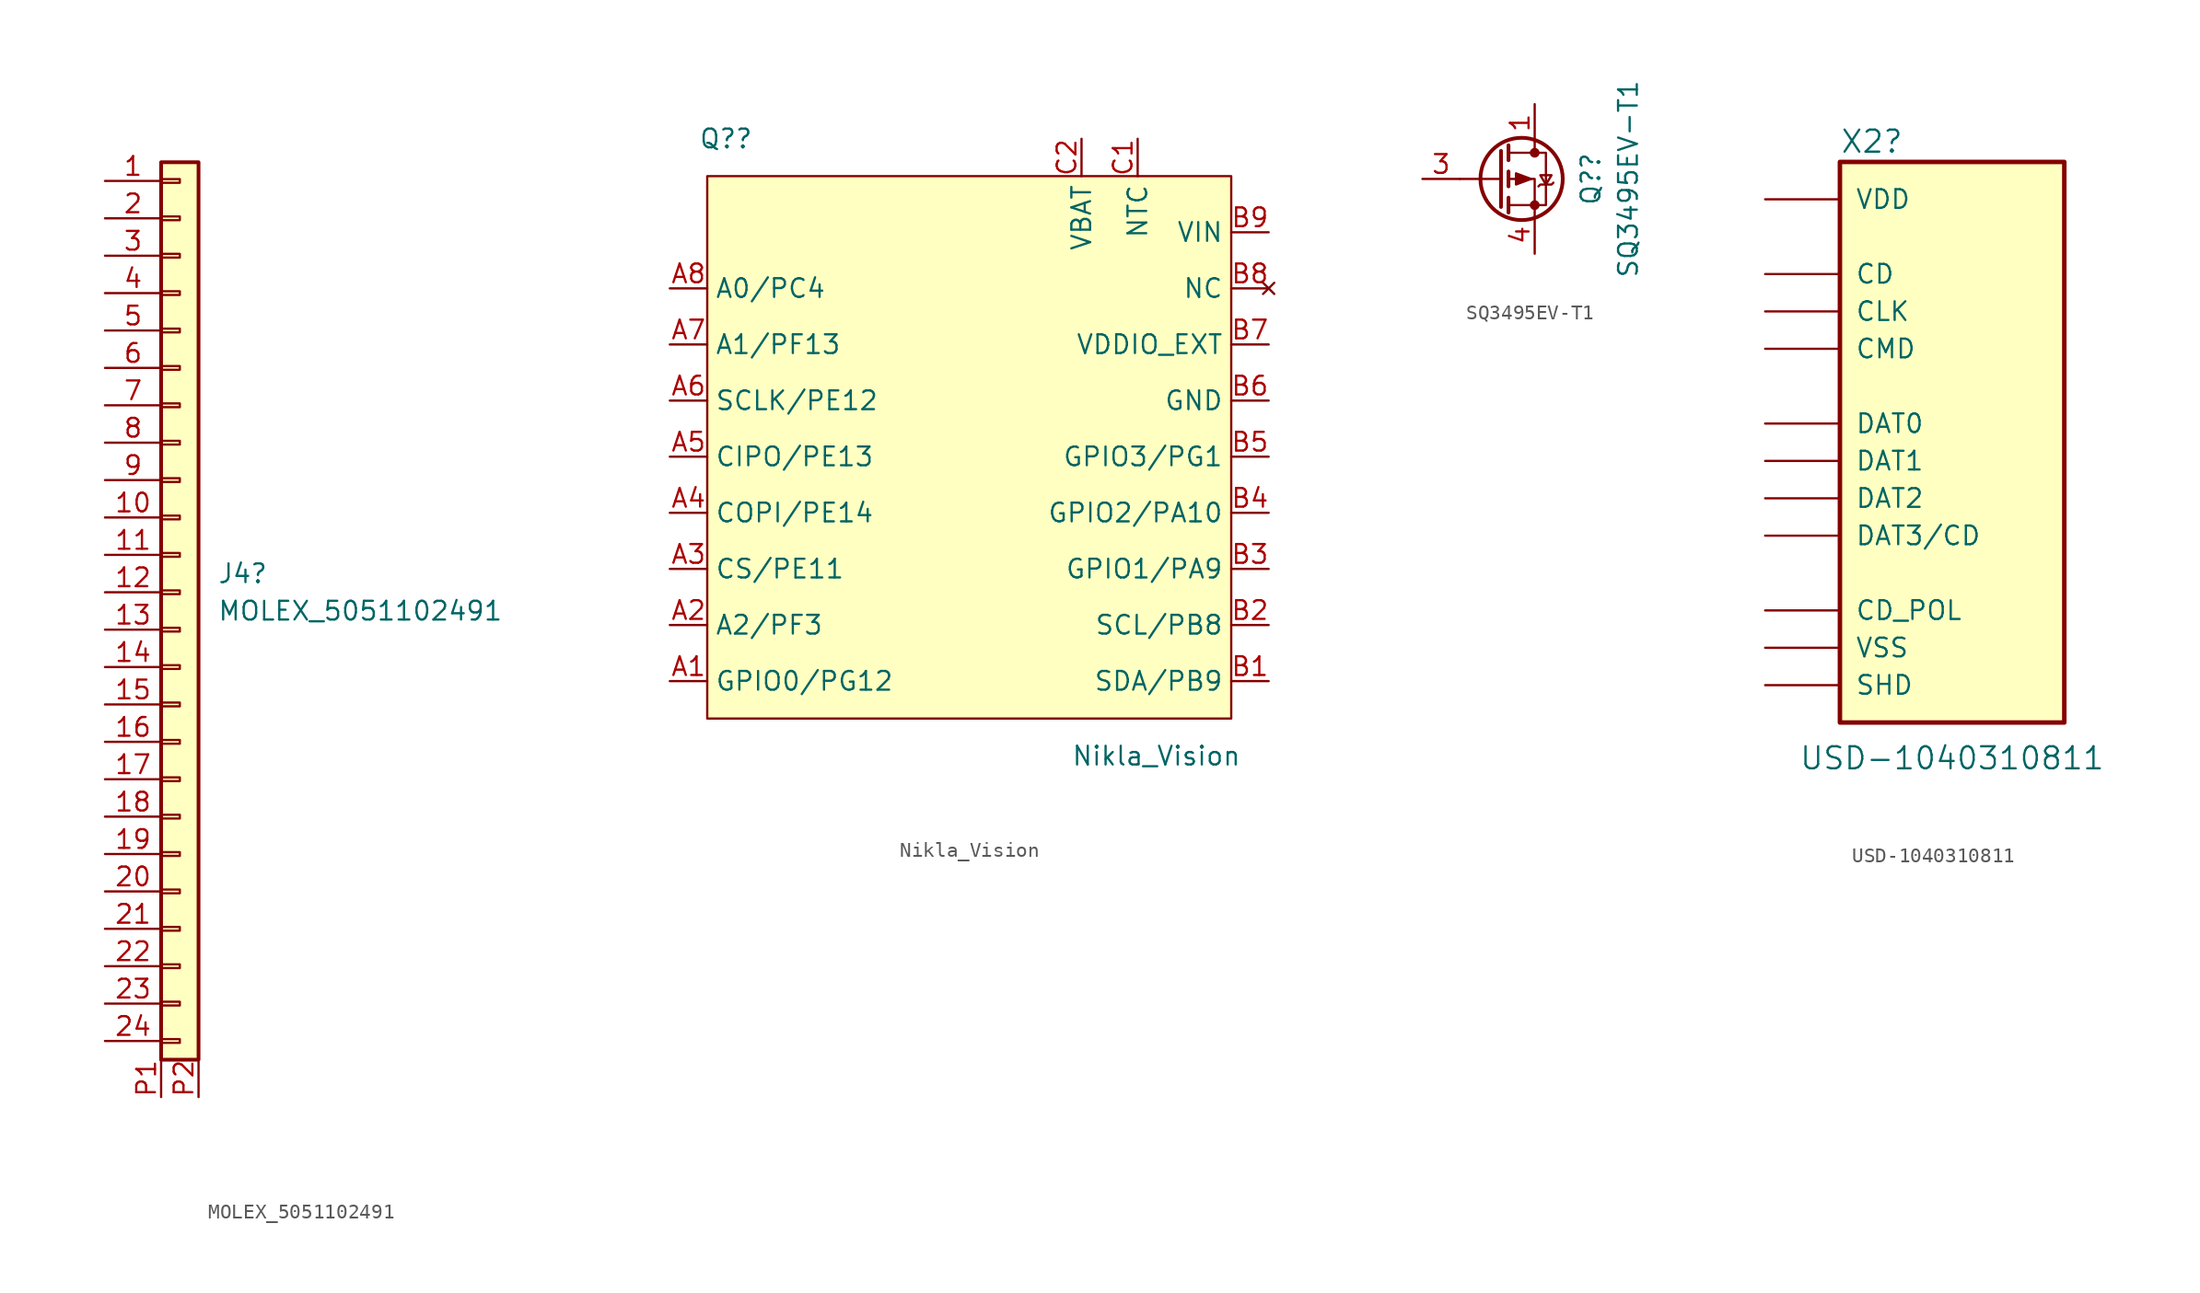
<source format=kicad_sym>
(kicad_symbol_lib
  (version 20220914)
  (generator kicad_symbol_editor)
  (symbol "MOLEX_5051102491"
    (pin_names
      (offset 1.016) hide)
    (property "Reference" "J4"
      (at 2.54 1.27 0)
      (effects (font (size 1.27 1.27)) (justify left)))
    (property "Value" "MOLEX_5051102491"
      (at 2.54 -1.27 0)
      (effects (font (size 1.27 1.27)) (justify left)))
    (symbol "MOLEX_5051102491_1_1"
      (rectangle (start -1.27 -30.353) (end 0 -30.607) (stroke (width 0.152) (type default)) (fill (type none)))
      (rectangle (start -1.27 -27.813) (end 0 -28.067) (stroke (width 0.152) (type default)) (fill (type none)))
      (rectangle (start -1.27 -25.273) (end 0 -25.527) (stroke (width 0.152) (type default)) (fill (type none)))
      (rectangle (start -1.27 -22.733) (end 0 -22.987) (stroke (width 0.152) (type default)) (fill (type none)))
      (rectangle (start -1.27 -20.193) (end 0 -20.447) (stroke (width 0.152) (type default)) (fill (type none)))
      (rectangle (start -1.27 -17.653) (end 0 -17.907) (stroke (width 0.152) (type default)) (fill (type none)))
      (rectangle (start -1.27 -15.113) (end 0 -15.367) (stroke (width 0.152) (type default)) (fill (type none)))
      (rectangle (start -1.27 -12.573) (end 0 -12.827) (stroke (width 0.152) (type default)) (fill (type none)))
      (rectangle (start -1.27 -10.033) (end 0 -10.287) (stroke (width 0.152) (type default)) (fill (type none)))
      (rectangle (start -1.27 -7.493) (end 0 -7.747) (stroke (width 0.152) (type default)) (fill (type none)))
      (rectangle (start -1.27 -4.953) (end 0 -5.207) (stroke (width 0.152) (type default)) (fill (type none)))
      (rectangle (start -1.27 -2.413) (end 0 -2.667) (stroke (width 0.152) (type default)) (fill (type none)))
      (rectangle (start -1.27 0.127) (end 0 -0.127) (stroke (width 0.152) (type default)) (fill (type none)))
      (rectangle (start -1.27 2.667) (end 0 2.413) (stroke (width 0.152) (type default)) (fill (type none)))
      (rectangle (start -1.27 5.207) (end 0 4.953) (stroke (width 0.152) (type default)) (fill (type none)))
      (rectangle (start -1.27 7.747) (end 0 7.493) (stroke (width 0.152) (type default)) (fill (type none)))
      (rectangle (start -1.27 10.287) (end 0 10.033) (stroke (width 0.152) (type default)) (fill (type none)))
      (rectangle (start -1.27 12.827) (end 0 12.573) (stroke (width 0.152) (type default)) (fill (type none)))
      (rectangle (start -1.27 15.367) (end 0 15.113) (stroke (width 0.152) (type default)) (fill (type none)))
      (rectangle (start -1.27 17.907) (end 0 17.653) (stroke (width 0.152) (type default)) (fill (type none)))
      (rectangle (start -1.27 20.447) (end 0 20.193) (stroke (width 0.152) (type default)) (fill (type none)))
      (rectangle (start -1.27 22.987) (end 0 22.733) (stroke (width 0.152) (type default)) (fill (type none)))
      (rectangle (start -1.27 25.527) (end 0 25.273) (stroke (width 0.152) (type default)) (fill (type none)))
      (rectangle (start -1.27 28.067) (end 0 27.813) (stroke (width 0.152) (type default)) (fill (type none)))
      (rectangle (start -1.27 29.21) (end 1.27 -31.75) (stroke (width 0.254) (type default)) (fill (type background)))
      (pin passive line (at -5.08 27.94 0) (length 3.81) (name "Pin_1" (effects (font (size 1.27 1.27)))) (number "1" (effects (font (size 1.27 1.27)))))
      (pin passive line (at -5.08 5.08 0) (length 3.81) (name "Pin_10" (effects (font (size 1.27 1.27)))) (number "10" (effects (font (size 1.27 1.27)))))
      (pin passive line (at -5.08 2.54 0) (length 3.81) (name "Pin_11" (effects (font (size 1.27 1.27)))) (number "11" (effects (font (size 1.27 1.27)))))
      (pin passive line (at -5.08 0 0) (length 3.81) (name "Pin_12" (effects (font (size 1.27 1.27)))) (number "12" (effects (font (size 1.27 1.27)))))
      (pin passive line (at -5.08 -2.54 0) (length 3.81) (name "Pin_13" (effects (font (size 1.27 1.27)))) (number "13" (effects (font (size 1.27 1.27)))))
      (pin passive line (at -5.08 -5.08 0) (length 3.81) (name "Pin_14" (effects (font (size 1.27 1.27)))) (number "14" (effects (font (size 1.27 1.27)))))
      (pin passive line (at -5.08 -7.62 0) (length 3.81) (name "Pin_15" (effects (font (size 1.27 1.27)))) (number "15" (effects (font (size 1.27 1.27)))))
      (pin passive line (at -5.08 -10.16 0) (length 3.81) (name "Pin_16" (effects (font (size 1.27 1.27)))) (number "16" (effects (font (size 1.27 1.27)))))
      (pin passive line (at -5.08 -12.7 0) (length 3.81) (name "Pin_17" (effects (font (size 1.27 1.27)))) (number "17" (effects (font (size 1.27 1.27)))))
      (pin passive line (at -5.08 -15.24 0) (length 3.81) (name "Pin_18" (effects (font (size 1.27 1.27)))) (number "18" (effects (font (size 1.27 1.27)))))
      (pin passive line (at -5.08 -17.78 0) (length 3.81) (name "Pin_19" (effects (font (size 1.27 1.27)))) (number "19" (effects (font (size 1.27 1.27)))))
      (pin passive line (at -5.08 25.4 0) (length 3.81) (name "Pin_2" (effects (font (size 1.27 1.27)))) (number "2" (effects (font (size 1.27 1.27)))))
      (pin passive line (at -5.08 -20.32 0) (length 3.81) (name "Pin_20" (effects (font (size 1.27 1.27)))) (number "20" (effects (font (size 1.27 1.27)))))
      (pin passive line (at -5.08 -22.86 0) (length 3.81) (name "Pin_21" (effects (font (size 1.27 1.27)))) (number "21" (effects (font (size 1.27 1.27)))))
      (pin passive line (at -5.08 -25.4 0) (length 3.81) (name "Pin_22" (effects (font (size 1.27 1.27)))) (number "22" (effects (font (size 1.27 1.27)))))
      (pin passive line (at -5.08 -27.94 0) (length 3.81) (name "Pin_23" (effects (font (size 1.27 1.27)))) (number "23" (effects (font (size 1.27 1.27)))))
      (pin passive line (at -5.08 -30.48 0) (length 3.81) (name "Pin_24" (effects (font (size 1.27 1.27)))) (number "24" (effects (font (size 1.27 1.27)))))
      (pin passive line (at -5.08 22.86 0) (length 3.81) (name "Pin_3" (effects (font (size 1.27 1.27)))) (number "3" (effects (font (size 1.27 1.27)))))
      (pin passive line (at -5.08 20.32 0) (length 3.81) (name "Pin_4" (effects (font (size 1.27 1.27)))) (number "4" (effects (font (size 1.27 1.27)))))
      (pin passive line (at -5.08 17.78 0) (length 3.81) (name "Pin_5" (effects (font (size 1.27 1.27)))) (number "5" (effects (font (size 1.27 1.27)))))
      (pin passive line (at -5.08 15.24 0) (length 3.81) (name "Pin_6" (effects (font (size 1.27 1.27)))) (number "6" (effects (font (size 1.27 1.27)))))
      (pin passive line (at -5.08 12.7 0) (length 3.81) (name "Pin_7" (effects (font (size 1.27 1.27)))) (number "7" (effects (font (size 1.27 1.27)))))
      (pin passive line (at -5.08 10.16 0) (length 3.81) (name "Pin_8" (effects (font (size 1.27 1.27)))) (number "8" (effects (font (size 1.27 1.27)))))
      (pin passive line (at -5.08 7.62 0) (length 3.81) (name "Pin_9" (effects (font (size 1.27 1.27)))) (number "9" (effects (font (size 1.27 1.27)))))
      (pin input line (at -1.27 -34.29 90) (length 2.54) (name "P1" (effects (font (size 1.27 1.27)))) (number "P1" (effects (font (size 1.27 1.27)))))
      (pin input line (at 1.27 -34.29 90) (length 2.54) (name "P2" (effects (font (size 1.27 1.27)))) (number "P2" (effects (font (size 1.27 1.27)))))))
  (symbol "Nikla_Vision"
    (property "Reference" "Q?"
      (at -16.51 21.59 0)
      (effects (font (size 1.27 1.27))))
    (property "Value" "Nikla_Vision"
      (at 12.7 -20.32 0)
      (effects (font (size 1.27 1.27))))
    (symbol "Nikla_Vision_0_1"
      (rectangle (start -17.78 19.05) (end 17.78 -17.78) (stroke (width 0.152) (type default)) (fill (type background))))
    (symbol "Nikla_Vision_1_1"
      (pin bidirectional line (at -20.32 -15.24 0) (length 2.54) (name "GPIO0/PG12" (effects (font (size 1.27 1.27)))) (number "A1" (effects (font (size 1.27 1.27)))))
      (pin bidirectional line (at -20.32 -11.43 0) (length 2.54) (name "A2/PF3" (effects (font (size 1.27 1.27)))) (number "A2" (effects (font (size 1.27 1.27)))))
      (pin bidirectional line (at -20.32 -7.62 0) (length 2.54) (name "CS/PE11" (effects (font (size 1.27 1.27)))) (number "A3" (effects (font (size 1.27 1.27)))))
      (pin bidirectional line (at -20.32 -3.81 0) (length 2.54) (name "COPI/PE14" (effects (font (size 1.27 1.27)))) (number "A4" (effects (font (size 1.27 1.27)))))
      (pin bidirectional line (at -20.32 0 0) (length 2.54) (name "CIPO/PE13" (effects (font (size 1.27 1.27)))) (number "A5" (effects (font (size 1.27 1.27)))))
      (pin bidirectional line (at -20.32 3.81 0) (length 2.54) (name "SCLK/PE12" (effects (font (size 1.27 1.27)))) (number "A6" (effects (font (size 1.27 1.27)))))
      (pin bidirectional line (at -20.32 7.62 0) (length 2.54) (name "A1/PF13" (effects (font (size 1.27 1.27)))) (number "A7" (effects (font (size 1.27 1.27)))))
      (pin bidirectional line (at -20.32 11.43 0) (length 2.54) (name "A0/PC4" (effects (font (size 1.27 1.27)))) (number "A8" (effects (font (size 1.27 1.27)))))
      (pin bidirectional line (at 20.32 -15.24 180) (length 2.54) (name "SDA/PB9" (effects (font (size 1.27 1.27)))) (number "B1" (effects (font (size 1.27 1.27)))))
      (pin bidirectional line (at 20.32 -11.43 180) (length 2.54) (name "SCL/PB8" (effects (font (size 1.27 1.27)))) (number "B2" (effects (font (size 1.27 1.27)))))
      (pin bidirectional line (at 20.32 -7.62 180) (length 2.54) (name "GPIO1/PA9" (effects (font (size 1.27 1.27)))) (number "B3" (effects (font (size 1.27 1.27)))))
      (pin bidirectional line (at 20.32 -3.81 180) (length 2.54) (name "GPIO2/PA10" (effects (font (size 1.27 1.27)))) (number "B4" (effects (font (size 1.27 1.27)))))
      (pin bidirectional line (at 20.32 0 180) (length 2.54) (name "GPIO3/PG1" (effects (font (size 1.27 1.27)))) (number "B5" (effects (font (size 1.27 1.27)))))
      (pin power_in line (at 20.32 3.81 180) (length 2.54) (name "GND" (effects (font (size 1.27 1.27)))) (number "B6" (effects (font (size 1.27 1.27)))))
      (pin power_in line (at 20.32 7.62 180) (length 2.54) (name "VDDIO_EXT" (effects (font (size 1.27 1.27)))) (number "B7" (effects (font (size 1.27 1.27)))))
      (pin no_connect line (at 20.32 11.43 180) (length 2.54) (name "NC" (effects (font (size 1.27 1.27)))) (number "B8" (effects (font (size 1.27 1.27)))))
      (pin power_in line (at 20.32 15.24 180) (length 2.54) (name "VIN" (effects (font (size 1.27 1.27)))) (number "B9" (effects (font (size 1.27 1.27)))))
      (pin bidirectional line (at 11.43 21.59 270) (length 2.54) (name "NTC" (effects (font (size 1.27 1.27)))) (number "C1" (effects (font (size 1.27 1.27)))))
      (pin power_in line (at 7.62 21.59 270) (length 2.54) (name "VBAT" (effects (font (size 1.27 1.27)))) (number "C2" (effects (font (size 1.27 1.27)))))))
  (symbol "SQ3495EV-T1"
    (pin_names hide)
    (property "Reference" "Q?"
      (at 6.35 0 90)
      (effects (font (size 1.27 1.27))))
    (property "Value" "SQ3495EV-T1"
      (at 8.89 0 90)
      (effects (font (size 1.27 1.27))))
    (symbol "SQ3495EV-T1_0_1"
      (polyline (pts (xy 0.254 0) (xy -2.54 0)) (stroke (width 0) (type default)) (fill (type none)))
      (polyline (pts (xy 0.254 1.905) (xy 0.254 -1.905)) (stroke (width 0.254) (type default)) (fill (type none)))
      (polyline (pts (xy 0.762 -1.27) (xy 0.762 -2.286)) (stroke (width 0.254) (type default)) (fill (type none)))
      (polyline (pts (xy 0.762 0.508) (xy 0.762 -0.508)) (stroke (width 0.254) (type default)) (fill (type none)))
      (polyline (pts (xy 0.762 2.286) (xy 0.762 1.27)) (stroke (width 0.254) (type default)) (fill (type none)))
      (polyline (pts (xy 2.54 2.54) (xy 2.54 1.778)) (stroke (width 0) (type default)) (fill (type none)))
      (polyline (pts (xy 2.54 -2.54) (xy 2.54 0) (xy 0.762 0)) (stroke (width 0) (type default)) (fill (type none)))
      (polyline (pts (xy 0.762 1.778) (xy 3.302 1.778) (xy 3.302 -1.778) (xy 0.762 -1.778)) (stroke (width 0) (type default)) (fill (type none)))
      (polyline (pts (xy 2.286 0) (xy 1.27 0.381) (xy 1.27 -0.381) (xy 2.286 0)) (stroke (width 0) (type default)) (fill (type outline)))
      (polyline (pts (xy 2.794 -0.508) (xy 2.921 -0.381) (xy 3.683 -0.381) (xy 3.81 -0.254)) (stroke (width 0) (type default)) (fill (type none)))
      (polyline (pts (xy 3.302 -0.381) (xy 2.921 0.254) (xy 3.683 0.254) (xy 3.302 -0.381)) (stroke (width 0) (type default)) (fill (type none)))
      (circle (center 1.651 0) (radius 2.794) (stroke (width 0.254) (type default)) (fill (type none)))
      (circle (center 2.54 -1.778) (radius 0.254) (stroke (width 0) (type default)) (fill (type outline)))
      (circle (center 2.54 1.778) (radius 0.254) (stroke (width 0) (type default)) (fill (type outline))))
    (symbol "SQ3495EV-T1_1_1"
      (pin passive line (at 2.54 5.08 270) (length 2.54) (name "D" (effects (font (size 1.27 1.27)))) (number "1" (effects (font (size 1.27 1.27)))))
      (pin passive line (at 2.54 5.08 270) (length 2.54) hide (name "D" (effects (font (size 1.27 1.27)))) (number "2" (effects (font (size 1.27 1.27)))))
      (pin input line (at -5.08 0 0) (length 2.54) (name "G" (effects (font (size 1.27 1.27)))) (number "3" (effects (font (size 1.27 1.27)))))
      (pin passive line (at 2.54 -5.08 90) (length 2.54) (name "S" (effects (font (size 1.27 1.27)))) (number "4" (effects (font (size 1.27 1.27)))))
      (pin passive line (at 2.54 5.08 270) (length 2.54) hide (name "D" (effects (font (size 1.27 1.27)))) (number "5" (effects (font (size 1.27 1.27)))))
      (pin passive line (at 2.54 5.08 270) (length 2.54) hide (name "D" (effects (font (size 1.27 1.27)))) (number "6" (effects (font (size 1.27 1.27)))))))
  (symbol "USD-1040310811"
    (pin_names
      (offset 1.016))
    (property "Reference" "X2"
      (at -7.62 20.828 0)
      (effects (font (size 1.499 1.499)) (justify left bottom)))
    (property "Value" "USD-1040310811"
      (at -10.414 -21.082 0)
      (effects (font (size 1.499 1.499)) (justify left bottom)))
    (property "ki_locked" ""
      (at 0 0 0)
      (effects (font (size 1.27 1.27))))
    (symbol "USD-1040310811_0_1"
      (rectangle (start -7.62 20.32) (end 7.62 -17.78) (stroke (width 0.305) (type default)) (fill (type background))))
    (symbol "USD-1040310811_1_0"
      (pin bidirectional line (at -12.7 -2.54 0) (length 5.08) (name "DAT2" (effects (font (size 1.27 1.27)))) (number "1" (effects (font (size 0 0)))))
      (pin power_in line (at -12.7 12.7 0) (length 5.08) (name "CD" (effects (font (size 1.27 1.27)))) (number "10" (effects (font (size 0 0)))))
      (pin power_in line (at -12.7 -15.24 0) (length 5.08) (name "SHD" (effects (font (size 1.27 1.27)))) (number "11" (effects (font (size 0 0)))))
      (pin bidirectional line (at -12.7 -5.08 0) (length 5.08) (name "DAT3/CD" (effects (font (size 1.27 1.27)))) (number "2" (effects (font (size 0 0)))))
      (pin bidirectional line (at -12.7 7.62 0) (length 5.08) (name "CMD" (effects (font (size 1.27 1.27)))) (number "3" (effects (font (size 0 0)))))
      (pin power_in line (at -12.7 17.78 0) (length 5.08) (name "VDD" (effects (font (size 1.27 1.27)))) (number "4" (effects (font (size 0 0)))))
      (pin bidirectional line (at -12.7 10.16 0) (length 5.08) (name "CLK" (effects (font (size 1.27 1.27)))) (number "5" (effects (font (size 0 0)))))
      (pin power_in line (at -12.7 -12.7 0) (length 5.08) (name "VSS" (effects (font (size 1.27 1.27)))) (number "6" (effects (font (size 0 0)))))
      (pin bidirectional line (at -12.7 2.54 0) (length 5.08) (name "DAT0" (effects (font (size 1.27 1.27)))) (number "7" (effects (font (size 0 0)))))
      (pin bidirectional line (at -12.7 0 0) (length 5.08) (name "DAT1" (effects (font (size 1.27 1.27)))) (number "8" (effects (font (size 0 0)))))
      (pin power_in line (at -12.7 -10.16 0) (length 5.08) (name "CD_POL" (effects (font (size 1.27 1.27)))) (number "9" (effects (font (size 0 0))))))))
</source>
